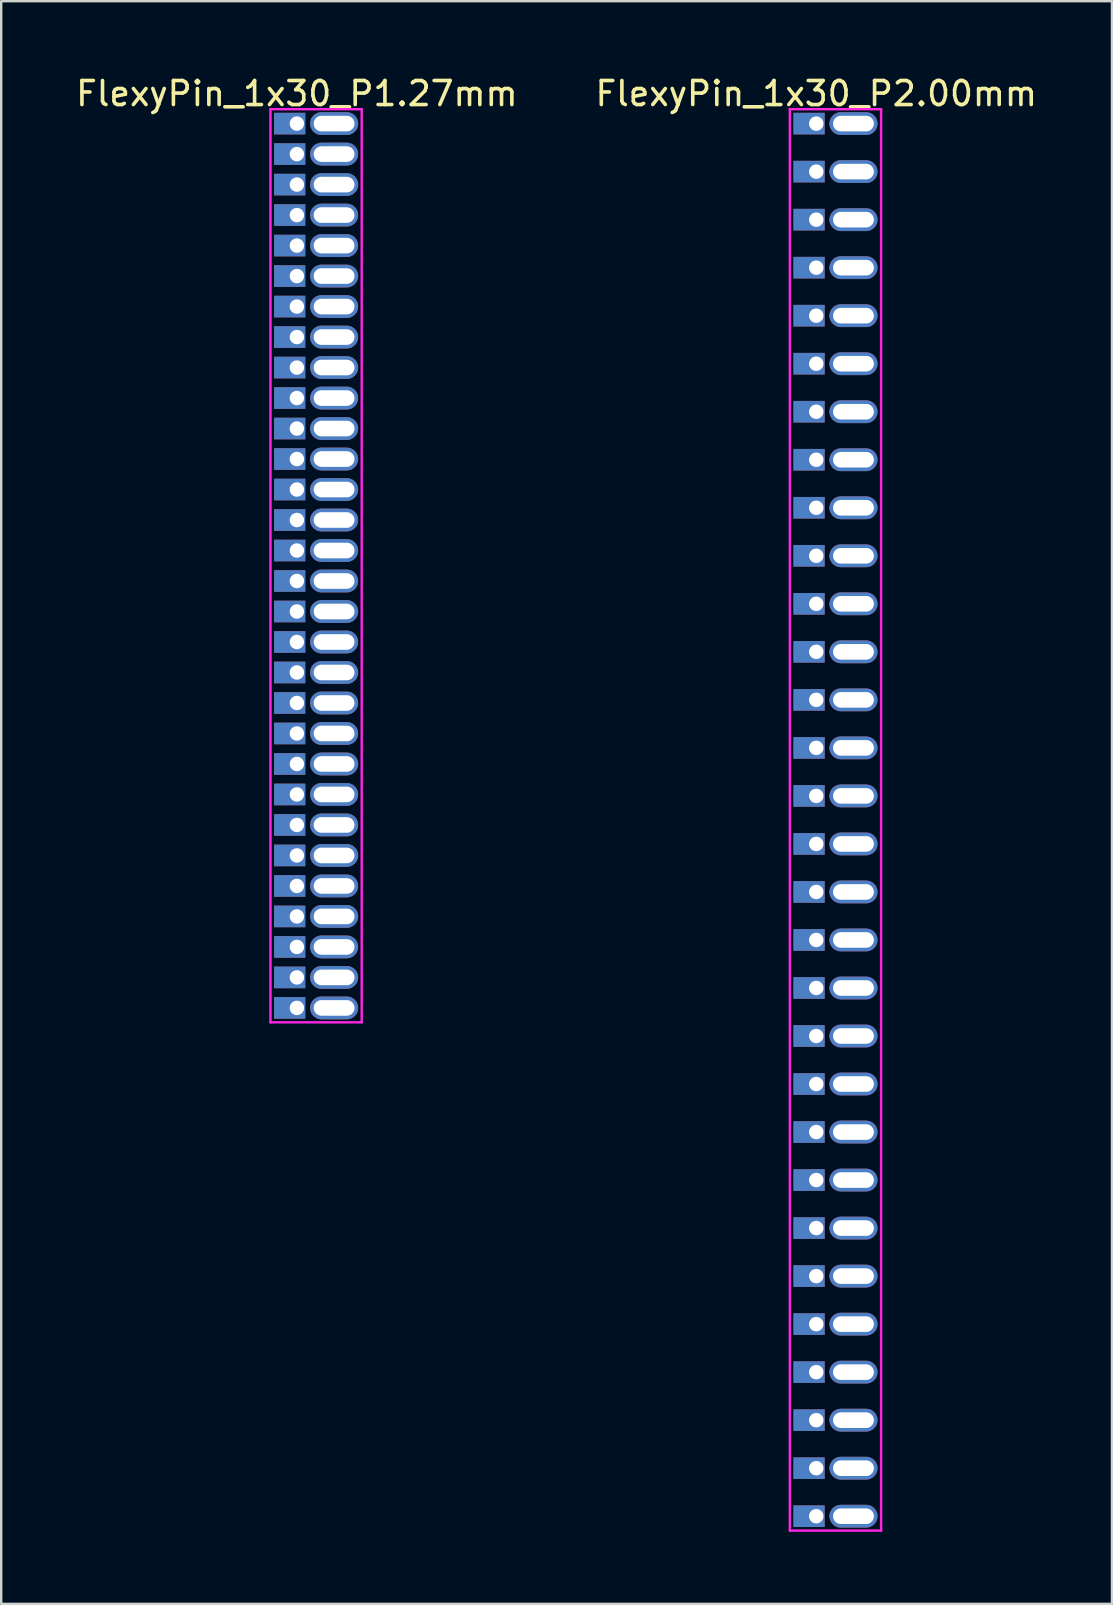
<source format=kicad_pcb>
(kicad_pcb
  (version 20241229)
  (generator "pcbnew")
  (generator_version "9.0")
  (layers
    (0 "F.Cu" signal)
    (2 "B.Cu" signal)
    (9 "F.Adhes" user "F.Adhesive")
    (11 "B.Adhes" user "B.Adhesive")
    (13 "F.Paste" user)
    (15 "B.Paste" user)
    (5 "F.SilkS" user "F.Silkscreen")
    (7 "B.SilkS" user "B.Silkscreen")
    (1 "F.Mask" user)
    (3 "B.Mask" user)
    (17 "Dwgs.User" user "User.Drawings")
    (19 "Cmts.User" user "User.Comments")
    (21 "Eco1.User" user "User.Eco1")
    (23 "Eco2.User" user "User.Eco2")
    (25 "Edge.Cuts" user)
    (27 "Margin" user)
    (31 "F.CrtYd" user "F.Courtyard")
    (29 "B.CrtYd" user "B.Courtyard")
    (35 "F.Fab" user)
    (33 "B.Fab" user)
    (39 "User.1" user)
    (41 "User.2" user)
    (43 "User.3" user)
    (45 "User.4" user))
  (footprint "FlexyPin_1x30_P1.27mm"
    (layer "F.Cu")
    (at 9.315 2.098)
    (property "Reference" "FlexyPin_1x30_P1.27mm" (at 0 -1.25 0) (layer "F.SilkS") (effects (font (size 1 1) (thickness 0.15))))
    (attr through_hole)
    (fp_line (start -1.1 -0.6) (end 2.7 -0.6) (stroke (width 0.1) (type solid)) (layer "F.CrtYd"))
    (fp_line (start -1.1 37.43) (end -1.1 -0.6) (stroke (width 0.1) (type solid)) (layer "F.CrtYd"))
    (fp_line (start 2.7 -0.6) (end 2.7 37.43) (stroke (width 0.1) (type solid)) (layer "F.CrtYd"))
    (fp_line (start 2.7 37.43) (end -1.1 37.43) (stroke (width 0.1) (type solid)) (layer "F.CrtYd"))
    (pad "" thru_hole oval (at 1.55 0) (size 2 0.95) (drill oval 1.7 0.65) (layers "*.Cu" "*.Mask"))
    (pad "" thru_hole oval (at 1.55 1.27) (size 2 0.95) (drill oval 1.7 0.65) (layers "*.Cu" "*.Mask"))
    (pad "" thru_hole oval (at 1.55 2.54) (size 2 0.95) (drill oval 1.7 0.65) (layers "*.Cu" "*.Mask"))
    (pad "" thru_hole oval (at 1.55 3.81) (size 2 0.95) (drill oval 1.7 0.65) (layers "*.Cu" "*.Mask"))
    (pad "" thru_hole oval (at 1.55 5.08) (size 2 0.95) (drill oval 1.7 0.65) (layers "*.Cu" "*.Mask"))
    (pad "" thru_hole oval (at 1.55 6.35) (size 2 0.95) (drill oval 1.7 0.65) (layers "*.Cu" "*.Mask"))
    (pad "" thru_hole oval (at 1.55 7.62) (size 2 0.95) (drill oval 1.7 0.65) (layers "*.Cu" "*.Mask"))
    (pad "" thru_hole oval (at 1.55 8.89) (size 2 0.95) (drill oval 1.7 0.65) (layers "*.Cu" "*.Mask"))
    (pad "" thru_hole oval (at 1.55 10.16) (size 2 0.95) (drill oval 1.7 0.65) (layers "*.Cu" "*.Mask"))
    (pad "" thru_hole oval (at 1.55 11.43) (size 2 0.95) (drill oval 1.7 0.65) (layers "*.Cu" "*.Mask"))
    (pad "" thru_hole oval (at 1.55 12.7) (size 2 0.95) (drill oval 1.7 0.65) (layers "*.Cu" "*.Mask"))
    (pad "" thru_hole oval (at 1.55 13.97) (size 2 0.95) (drill oval 1.7 0.65) (layers "*.Cu" "*.Mask"))
    (pad "" thru_hole oval (at 1.55 15.24) (size 2 0.95) (drill oval 1.7 0.65) (layers "*.Cu" "*.Mask"))
    (pad "" thru_hole oval (at 1.55 16.51) (size 2 0.95) (drill oval 1.7 0.65) (layers "*.Cu" "*.Mask"))
    (pad "" thru_hole oval (at 1.55 17.78) (size 2 0.95) (drill oval 1.7 0.65) (layers "*.Cu" "*.Mask"))
    (pad "" thru_hole oval (at 1.55 19.05) (size 2 0.95) (drill oval 1.7 0.65) (layers "*.Cu" "*.Mask"))
    (pad "" thru_hole oval (at 1.55 20.32) (size 2 0.95) (drill oval 1.7 0.65) (layers "*.Cu" "*.Mask"))
    (pad "" thru_hole oval (at 1.55 21.59) (size 2 0.95) (drill oval 1.7 0.65) (layers "*.Cu" "*.Mask"))
    (pad "" thru_hole oval (at 1.55 22.86) (size 2 0.95) (drill oval 1.7 0.65) (layers "*.Cu" "*.Mask"))
    (pad "" thru_hole oval (at 1.55 24.13) (size 2 0.95) (drill oval 1.7 0.65) (layers "*.Cu" "*.Mask"))
    (pad "" thru_hole oval (at 1.55 25.4) (size 2 0.95) (drill oval 1.7 0.65) (layers "*.Cu" "*.Mask"))
    (pad "" thru_hole oval (at 1.55 26.67) (size 2 0.95) (drill oval 1.7 0.65) (layers "*.Cu" "*.Mask"))
    (pad "" thru_hole oval (at 1.55 27.94) (size 2 0.95) (drill oval 1.7 0.65) (layers "*.Cu" "*.Mask"))
    (pad "" thru_hole oval (at 1.55 29.21) (size 2 0.95) (drill oval 1.7 0.65) (layers "*.Cu" "*.Mask"))
    (pad "" thru_hole oval (at 1.55 30.48) (size 2 0.95) (drill oval 1.7 0.65) (layers "*.Cu" "*.Mask"))
    (pad "" thru_hole oval (at 1.55 31.75) (size 2 0.95) (drill oval 1.7 0.65) (layers "*.Cu" "*.Mask"))
    (pad "" thru_hole oval (at 1.55 33.02) (size 2 0.95) (drill oval 1.7 0.65) (layers "*.Cu" "*.Mask"))
    (pad "" thru_hole oval (at 1.55 34.29) (size 2 0.95) (drill oval 1.7 0.65) (layers "*.Cu" "*.Mask"))
    (pad "" thru_hole oval (at 1.55 35.56) (size 2 0.95) (drill oval 1.7 0.65) (layers "*.Cu" "*.Mask"))
    (pad "" thru_hole oval (at 1.55 36.83) (size 2 0.95) (drill oval 1.7 0.65) (layers "*.Cu" "*.Mask"))
    (pad "1" thru_hole rect (at 0 0) (size 1.3 0.9) (drill 0.6 (offset -0.3 0)) (layers "*.Cu" "*.Mask"))
    (pad "2" thru_hole rect (at 0 1.27) (size 1.3 0.9) (drill 0.6 (offset -0.3 0)) (layers "*.Cu" "*.Mask"))
    (pad "3" thru_hole rect (at 0 2.54) (size 1.3 0.9) (drill 0.6 (offset -0.3 0)) (layers "*.Cu" "*.Mask"))
    (pad "4" thru_hole rect (at 0 3.81) (size 1.3 0.9) (drill 0.6 (offset -0.3 0)) (layers "*.Cu" "*.Mask"))
    (pad "5" thru_hole rect (at 0 5.08) (size 1.3 0.9) (drill 0.6 (offset -0.3 0)) (layers "*.Cu" "*.Mask"))
    (pad "6" thru_hole rect (at 0 6.35) (size 1.3 0.9) (drill 0.6 (offset -0.3 0)) (layers "*.Cu" "*.Mask"))
    (pad "7" thru_hole rect (at 0 7.62) (size 1.3 0.9) (drill 0.6 (offset -0.3 0)) (layers "*.Cu" "*.Mask"))
    (pad "8" thru_hole rect (at 0 8.89) (size 1.3 0.9) (drill 0.6 (offset -0.3 0)) (layers "*.Cu" "*.Mask"))
    (pad "9" thru_hole rect (at 0 10.16) (size 1.3 0.9) (drill 0.6 (offset -0.3 0)) (layers "*.Cu" "*.Mask"))
    (pad "10" thru_hole rect (at 0 11.43) (size 1.3 0.9) (drill 0.6 (offset -0.3 0)) (layers "*.Cu" "*.Mask"))
    (pad "11" thru_hole rect (at 0 12.7) (size 1.3 0.9) (drill 0.6 (offset -0.3 0)) (layers "*.Cu" "*.Mask"))
    (pad "12" thru_hole rect (at 0 13.97) (size 1.3 0.9) (drill 0.6 (offset -0.3 0)) (layers "*.Cu" "*.Mask"))
    (pad "13" thru_hole rect (at 0 15.24) (size 1.3 0.9) (drill 0.6 (offset -0.3 0)) (layers "*.Cu" "*.Mask"))
    (pad "14" thru_hole rect (at 0 16.51) (size 1.3 0.9) (drill 0.6 (offset -0.3 0)) (layers "*.Cu" "*.Mask"))
    (pad "15" thru_hole rect (at 0 17.78) (size 1.3 0.9) (drill 0.6 (offset -0.3 0)) (layers "*.Cu" "*.Mask"))
    (pad "16" thru_hole rect (at 0 19.05) (size 1.3 0.9) (drill 0.6 (offset -0.3 0)) (layers "*.Cu" "*.Mask"))
    (pad "17" thru_hole rect (at 0 20.32) (size 1.3 0.9) (drill 0.6 (offset -0.3 0)) (layers "*.Cu" "*.Mask"))
    (pad "18" thru_hole rect (at 0 21.59) (size 1.3 0.9) (drill 0.6 (offset -0.3 0)) (layers "*.Cu" "*.Mask"))
    (pad "19" thru_hole rect (at 0 22.86) (size 1.3 0.9) (drill 0.6 (offset -0.3 0)) (layers "*.Cu" "*.Mask"))
    (pad "20" thru_hole rect (at 0 24.13) (size 1.3 0.9) (drill 0.6 (offset -0.3 0)) (layers "*.Cu" "*.Mask"))
    (pad "21" thru_hole rect (at 0 25.4) (size 1.3 0.9) (drill 0.6 (offset -0.3 0)) (layers "*.Cu" "*.Mask"))
    (pad "22" thru_hole rect (at 0 26.67) (size 1.3 0.9) (drill 0.6 (offset -0.3 0)) (layers "*.Cu" "*.Mask"))
    (pad "23" thru_hole rect (at 0 27.94) (size 1.3 0.9) (drill 0.6 (offset -0.3 0)) (layers "*.Cu" "*.Mask"))
    (pad "24" thru_hole rect (at 0 29.21) (size 1.3 0.9) (drill 0.6 (offset -0.3 0)) (layers "*.Cu" "*.Mask"))
    (pad "25" thru_hole rect (at 0 30.48) (size 1.3 0.9) (drill 0.6 (offset -0.3 0)) (layers "*.Cu" "*.Mask"))
    (pad "26" thru_hole rect (at 0 31.75) (size 1.3 0.9) (drill 0.6 (offset -0.3 0)) (layers "*.Cu" "*.Mask"))
    (pad "27" thru_hole rect (at 0 33.02) (size 1.3 0.9) (drill 0.6 (offset -0.3 0)) (layers "*.Cu" "*.Mask"))
    (pad "28" thru_hole rect (at 0 34.29) (size 1.3 0.9) (drill 0.6 (offset -0.3 0)) (layers "*.Cu" "*.Mask"))
    (pad "29" thru_hole rect (at 0 35.56) (size 1.3 0.9) (drill 0.6 (offset -0.3 0)) (layers "*.Cu" "*.Mask"))
    (pad "30" thru_hole rect (at 0 36.83) (size 1.3 0.9) (drill 0.6 (offset -0.3 0)) (layers "*.Cu" "*.Mask")))
  (footprint "FlexyPin_1x30_P2.00mm"
    (layer "F.Cu")
    (at 30.946 2.098)
    (property "Reference" "FlexyPin_1x30_P2.00mm" (at 0 -1.25 0) (layer "F.SilkS") (effects (font (size 1 1) (thickness 0.15))))
    (attr through_hole)
    (fp_line (start -1.1 -0.6) (end 2.7 -0.6) (stroke (width 0.1) (type solid)) (layer "F.CrtYd"))
    (fp_line (start -1.1 58.6) (end -1.1 -0.6) (stroke (width 0.1) (type solid)) (layer "F.CrtYd"))
    (fp_line (start 2.7 -0.6) (end 2.7 58.6) (stroke (width 0.1) (type solid)) (layer "F.CrtYd"))
    (fp_line (start 2.7 58.6) (end -1.1 58.6) (stroke (width 0.1) (type solid)) (layer "F.CrtYd"))
    (pad "" thru_hole oval (at 1.55 0) (size 2 0.95) (drill oval 1.7 0.65) (layers "*.Cu" "*.Mask"))
    (pad "" thru_hole oval (at 1.55 2) (size 2 0.95) (drill oval 1.7 0.65) (layers "*.Cu" "*.Mask"))
    (pad "" thru_hole oval (at 1.55 4) (size 2 0.95) (drill oval 1.7 0.65) (layers "*.Cu" "*.Mask"))
    (pad "" thru_hole oval (at 1.55 6) (size 2 0.95) (drill oval 1.7 0.65) (layers "*.Cu" "*.Mask"))
    (pad "" thru_hole oval (at 1.55 8) (size 2 0.95) (drill oval 1.7 0.65) (layers "*.Cu" "*.Mask"))
    (pad "" thru_hole oval (at 1.55 10) (size 2 0.95) (drill oval 1.7 0.65) (layers "*.Cu" "*.Mask"))
    (pad "" thru_hole oval (at 1.55 12) (size 2 0.95) (drill oval 1.7 0.65) (layers "*.Cu" "*.Mask"))
    (pad "" thru_hole oval (at 1.55 14) (size 2 0.95) (drill oval 1.7 0.65) (layers "*.Cu" "*.Mask"))
    (pad "" thru_hole oval (at 1.55 16) (size 2 0.95) (drill oval 1.7 0.65) (layers "*.Cu" "*.Mask"))
    (pad "" thru_hole oval (at 1.55 18) (size 2 0.95) (drill oval 1.7 0.65) (layers "*.Cu" "*.Mask"))
    (pad "" thru_hole oval (at 1.55 20) (size 2 0.95) (drill oval 1.7 0.65) (layers "*.Cu" "*.Mask"))
    (pad "" thru_hole oval (at 1.55 22) (size 2 0.95) (drill oval 1.7 0.65) (layers "*.Cu" "*.Mask"))
    (pad "" thru_hole oval (at 1.55 24) (size 2 0.95) (drill oval 1.7 0.65) (layers "*.Cu" "*.Mask"))
    (pad "" thru_hole oval (at 1.55 26) (size 2 0.95) (drill oval 1.7 0.65) (layers "*.Cu" "*.Mask"))
    (pad "" thru_hole oval (at 1.55 28) (size 2 0.95) (drill oval 1.7 0.65) (layers "*.Cu" "*.Mask"))
    (pad "" thru_hole oval (at 1.55 30) (size 2 0.95) (drill oval 1.7 0.65) (layers "*.Cu" "*.Mask"))
    (pad "" thru_hole oval (at 1.55 32) (size 2 0.95) (drill oval 1.7 0.65) (layers "*.Cu" "*.Mask"))
    (pad "" thru_hole oval (at 1.55 34) (size 2 0.95) (drill oval 1.7 0.65) (layers "*.Cu" "*.Mask"))
    (pad "" thru_hole oval (at 1.55 36) (size 2 0.95) (drill oval 1.7 0.65) (layers "*.Cu" "*.Mask"))
    (pad "" thru_hole oval (at 1.55 38) (size 2 0.95) (drill oval 1.7 0.65) (layers "*.Cu" "*.Mask"))
    (pad "" thru_hole oval (at 1.55 40) (size 2 0.95) (drill oval 1.7 0.65) (layers "*.Cu" "*.Mask"))
    (pad "" thru_hole oval (at 1.55 42) (size 2 0.95) (drill oval 1.7 0.65) (layers "*.Cu" "*.Mask"))
    (pad "" thru_hole oval (at 1.55 44) (size 2 0.95) (drill oval 1.7 0.65) (layers "*.Cu" "*.Mask"))
    (pad "" thru_hole oval (at 1.55 46) (size 2 0.95) (drill oval 1.7 0.65) (layers "*.Cu" "*.Mask"))
    (pad "" thru_hole oval (at 1.55 48) (size 2 0.95) (drill oval 1.7 0.65) (layers "*.Cu" "*.Mask"))
    (pad "" thru_hole oval (at 1.55 50) (size 2 0.95) (drill oval 1.7 0.65) (layers "*.Cu" "*.Mask"))
    (pad "" thru_hole oval (at 1.55 52) (size 2 0.95) (drill oval 1.7 0.65) (layers "*.Cu" "*.Mask"))
    (pad "" thru_hole oval (at 1.55 54) (size 2 0.95) (drill oval 1.7 0.65) (layers "*.Cu" "*.Mask"))
    (pad "" thru_hole oval (at 1.55 56) (size 2 0.95) (drill oval 1.7 0.65) (layers "*.Cu" "*.Mask"))
    (pad "" thru_hole oval (at 1.55 58) (size 2 0.95) (drill oval 1.7 0.65) (layers "*.Cu" "*.Mask"))
    (pad "1" thru_hole rect (at 0 0) (size 1.3 0.9) (drill 0.6 (offset -0.3 0)) (layers "*.Cu" "*.Mask"))
    (pad "2" thru_hole rect (at 0 2) (size 1.3 0.9) (drill 0.6 (offset -0.3 0)) (layers "*.Cu" "*.Mask"))
    (pad "3" thru_hole rect (at 0 4) (size 1.3 0.9) (drill 0.6 (offset -0.3 0)) (layers "*.Cu" "*.Mask"))
    (pad "4" thru_hole rect (at 0 6) (size 1.3 0.9) (drill 0.6 (offset -0.3 0)) (layers "*.Cu" "*.Mask"))
    (pad "5" thru_hole rect (at 0 8) (size 1.3 0.9) (drill 0.6 (offset -0.3 0)) (layers "*.Cu" "*.Mask"))
    (pad "6" thru_hole rect (at 0 10) (size 1.3 0.9) (drill 0.6 (offset -0.3 0)) (layers "*.Cu" "*.Mask"))
    (pad "7" thru_hole rect (at 0 12) (size 1.3 0.9) (drill 0.6 (offset -0.3 0)) (layers "*.Cu" "*.Mask"))
    (pad "8" thru_hole rect (at 0 14) (size 1.3 0.9) (drill 0.6 (offset -0.3 0)) (layers "*.Cu" "*.Mask"))
    (pad "9" thru_hole rect (at 0 16) (size 1.3 0.9) (drill 0.6 (offset -0.3 0)) (layers "*.Cu" "*.Mask"))
    (pad "10" thru_hole rect (at 0 18) (size 1.3 0.9) (drill 0.6 (offset -0.3 0)) (layers "*.Cu" "*.Mask"))
    (pad "11" thru_hole rect (at 0 20) (size 1.3 0.9) (drill 0.6 (offset -0.3 0)) (layers "*.Cu" "*.Mask"))
    (pad "12" thru_hole rect (at 0 22) (size 1.3 0.9) (drill 0.6 (offset -0.3 0)) (layers "*.Cu" "*.Mask"))
    (pad "13" thru_hole rect (at 0 24) (size 1.3 0.9) (drill 0.6 (offset -0.3 0)) (layers "*.Cu" "*.Mask"))
    (pad "14" thru_hole rect (at 0 26) (size 1.3 0.9) (drill 0.6 (offset -0.3 0)) (layers "*.Cu" "*.Mask"))
    (pad "15" thru_hole rect (at 0 28) (size 1.3 0.9) (drill 0.6 (offset -0.3 0)) (layers "*.Cu" "*.Mask"))
    (pad "16" thru_hole rect (at 0 30) (size 1.3 0.9) (drill 0.6 (offset -0.3 0)) (layers "*.Cu" "*.Mask"))
    (pad "17" thru_hole rect (at 0 32) (size 1.3 0.9) (drill 0.6 (offset -0.3 0)) (layers "*.Cu" "*.Mask"))
    (pad "18" thru_hole rect (at 0 34) (size 1.3 0.9) (drill 0.6 (offset -0.3 0)) (layers "*.Cu" "*.Mask"))
    (pad "19" thru_hole rect (at 0 36) (size 1.3 0.9) (drill 0.6 (offset -0.3 0)) (layers "*.Cu" "*.Mask"))
    (pad "20" thru_hole rect (at 0 38) (size 1.3 0.9) (drill 0.6 (offset -0.3 0)) (layers "*.Cu" "*.Mask"))
    (pad "21" thru_hole rect (at 0 40) (size 1.3 0.9) (drill 0.6 (offset -0.3 0)) (layers "*.Cu" "*.Mask"))
    (pad "22" thru_hole rect (at 0 42) (size 1.3 0.9) (drill 0.6 (offset -0.3 0)) (layers "*.Cu" "*.Mask"))
    (pad "23" thru_hole rect (at 0 44) (size 1.3 0.9) (drill 0.6 (offset -0.3 0)) (layers "*.Cu" "*.Mask"))
    (pad "24" thru_hole rect (at 0 46) (size 1.3 0.9) (drill 0.6 (offset -0.3 0)) (layers "*.Cu" "*.Mask"))
    (pad "25" thru_hole rect (at 0 48) (size 1.3 0.9) (drill 0.6 (offset -0.3 0)) (layers "*.Cu" "*.Mask"))
    (pad "26" thru_hole rect (at 0 50) (size 1.3 0.9) (drill 0.6 (offset -0.3 0)) (layers "*.Cu" "*.Mask"))
    (pad "27" thru_hole rect (at 0 52) (size 1.3 0.9) (drill 0.6 (offset -0.3 0)) (layers "*.Cu" "*.Mask"))
    (pad "28" thru_hole rect (at 0 54) (size 1.3 0.9) (drill 0.6 (offset -0.3 0)) (layers "*.Cu" "*.Mask"))
    (pad "29" thru_hole rect (at 0 56) (size 1.3 0.9) (drill 0.6 (offset -0.3 0)) (layers "*.Cu" "*.Mask"))
    (pad "30" thru_hole rect (at 0 58) (size 1.3 0.9) (drill 0.6 (offset -0.3 0)) (layers "*.Cu" "*.Mask")))
  (gr_rect
    (start -3 -3)
    (end 43.262 63.748)
    (stroke (width 0.1) (type default))
    (fill no)
    (layer "Edge.Cuts")))
</source>
